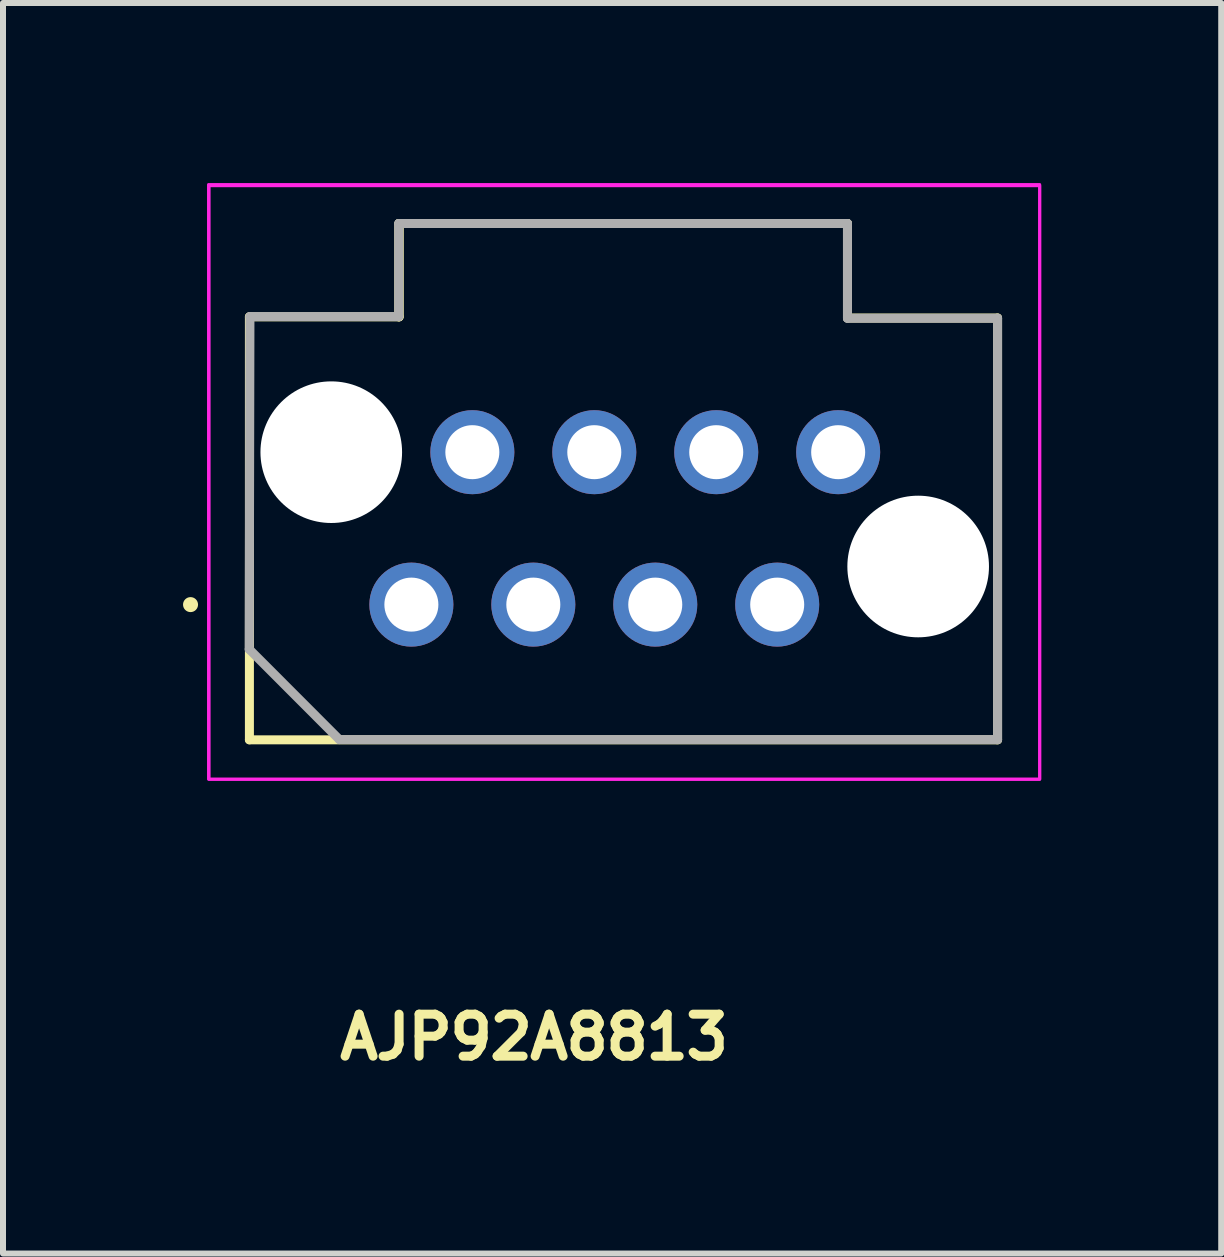
<source format=kicad_pcb>
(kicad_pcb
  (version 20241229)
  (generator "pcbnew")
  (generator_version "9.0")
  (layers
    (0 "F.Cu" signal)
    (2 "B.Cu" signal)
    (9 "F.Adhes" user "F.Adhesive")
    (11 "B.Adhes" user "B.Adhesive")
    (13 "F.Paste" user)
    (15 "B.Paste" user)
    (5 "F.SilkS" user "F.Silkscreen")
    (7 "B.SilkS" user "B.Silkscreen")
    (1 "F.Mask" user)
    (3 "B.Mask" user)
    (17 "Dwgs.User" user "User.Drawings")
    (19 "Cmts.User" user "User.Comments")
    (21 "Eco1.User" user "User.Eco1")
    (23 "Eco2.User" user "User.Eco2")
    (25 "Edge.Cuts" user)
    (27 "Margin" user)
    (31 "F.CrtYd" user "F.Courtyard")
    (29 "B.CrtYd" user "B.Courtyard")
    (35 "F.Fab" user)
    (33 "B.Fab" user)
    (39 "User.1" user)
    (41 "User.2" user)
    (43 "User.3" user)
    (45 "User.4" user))
  (footprint "AJP92A8813"
    (layer "F.Cu")
    (at 3.805 7.025)
    (property "Reference" "AJP92A8813" (at -1.27 7.618 0) (unlocked yes) (layer "F.SilkS") (effects (font (size 0.7 0.7) (thickness 0.15)) (justify left bottom)))
    (attr through_hole)
    (fp_line (start -2.699 -4.795) (end -2.699 2.253) (stroke (width 0.15) (type solid)) (layer "F.SilkS"))
    (fp_line (start -2.699 2.253) (end 9.768 2.253) (stroke (width 0.15) (type solid)) (layer "F.SilkS"))
    (fp_line (start -0.206 -6.351) (end -0.206 -4.795) (stroke (width 0.15) (type solid)) (layer "F.SilkS"))
    (fp_line (start -0.206 -6.351) (end 7.267 -6.351) (stroke (width 0.15) (type solid)) (layer "F.SilkS"))
    (fp_line (start -0.206 -4.795) (end -2.699 -4.795) (stroke (width 0.15) (type solid)) (layer "F.SilkS"))
    (fp_line (start -0.206 -4.795) (end -0.206 -6.351) (stroke (width 0.15) (type solid)) (layer "F.SilkS"))
    (fp_line (start 7.267 -6.351) (end 7.267 -4.776) (stroke (width 0.15) (type solid)) (layer "F.SilkS"))
    (fp_line (start 9.768 -4.776) (end 7.267 -4.776) (stroke (width 0.15) (type solid)) (layer "F.SilkS"))
    (fp_line (start 9.768 2.253) (end 9.768 -4.776) (stroke (width 0.15) (type solid)) (layer "F.SilkS"))
    (fp_circle (center -3.68 0) (end -3.63 0) (stroke (width 0.15) (type solid)) (fill yes) (layer "F.SilkS"))
    (fp_rect (start -3.38 -7) (end 10.47 2.91) (stroke (width 0.05) (type solid)) (fill no) (layer "F.CrtYd"))
    (fp_rect (start -3.371 -6.981) (end 10.47 2.91) (stroke (width 0.05) (type solid)) (fill no) (layer "F.CrtYd"))
    (fp_line (start -2.702 0.744) (end -2.69 -4.8) (stroke (width 0.15) (type solid)) (layer "F.Fab"))
    (fp_line (start -2.69 -4.8) (end -0.21 -4.8) (stroke (width 0.15) (type solid)) (layer "F.Fab"))
    (fp_line (start -1.2 2.249) (end -2.702 0.744) (stroke (width 0.15) (type solid)) (layer "F.Fab"))
    (fp_line (start -0.21 -6.351) (end 7.267 -6.351) (stroke (width 0.15) (type solid)) (layer "F.Fab"))
    (fp_line (start -0.21 -4.8) (end -0.21 -6.351) (stroke (width 0.15) (type solid)) (layer "F.Fab"))
    (fp_line (start 7.267 -6.351) (end 7.267 -4.771) (stroke (width 0.15) (type solid)) (layer "F.Fab"))
    (fp_line (start 7.267 -4.771) (end 9.768 -4.771) (stroke (width 0.15) (type solid)) (layer "F.Fab"))
    (fp_line (start 9.768 -4.771) (end 9.768 2.249) (stroke (width 0.15) (type solid)) (layer "F.Fab"))
    (fp_line (start 9.768 2.249) (end -1.2 2.249) (stroke (width 0.15) (type solid)) (layer "F.Fab"))
    (fp_rect (start -2.871 -6.481) (end 9.97 2.41) (stroke (width 0.1) (type solid)) (fill no) (layer "User.5"))
    (fp_rect (start -2.871 -6.481) (end 9.97 2.41) (stroke (width 0.1) (type solid)) (fill no) (layer "User.5"))
    (fp_line (start -2.871 -6.481) (end 9.97 -6.481) (stroke (width 0.02) (type solid)) (layer "User.9"))
    (fp_line (start -2.851 2.41) (end -2.851 -6.452) (stroke (width 0.02) (type solid)) (layer "User.9"))
    (fp_line (start 9.97 -6.481) (end 9.97 2.41) (stroke (width 0.02) (type solid)) (layer "User.9"))
    (fp_line (start 9.97 2.41) (end -2.84 2.41) (stroke (width 0.02) (type solid)) (layer "User.9"))
    (pad "" np_thru_hole circle (at -1.335 -2.54) (size 2.36 2.36) (drill 2.36) (layers "*.Cu" "*.Mask"))
    (pad "" np_thru_hole circle (at 8.445 -0.635) (size 2.36 2.36) (drill 2.36) (layers "*.Cu" "*.Mask"))
    (pad "1" thru_hole circle (at 0 0 90) (size 1.4 1.4) (drill 0.9) (layers "*.Cu" "*.Mask"))
    (pad "2" thru_hole circle (at 1.016 -2.54) (size 1.4 1.4) (drill 0.9) (layers "*.Cu" "*.Mask"))
    (pad "3" thru_hole circle (at 2.032 0 90) (size 1.4 1.4) (drill 0.9) (layers "*.Cu" "*.Mask"))
    (pad "4" thru_hole circle (at 3.048 -2.54) (size 1.4 1.4) (drill 0.9) (layers "*.Cu" "*.Mask"))
    (pad "5" thru_hole circle (at 4.064 0) (size 1.4 1.4) (drill 0.9) (layers "*.Cu" "*.Mask"))
    (pad "6" thru_hole circle (at 5.08 -2.54) (size 1.4 1.4) (drill 0.9) (layers "*.Cu" "*.Mask"))
    (pad "7" thru_hole circle (at 6.096 0) (size 1.4 1.4) (drill 0.9) (layers "*.Cu" "*.Mask"))
    (pad "8" thru_hole circle (at 7.112 -2.54) (size 1.4 1.4) (drill 0.9) (layers "*.Cu" "*.Mask")))
  (gr_rect
    (start -3 -3)
    (end 17.3 17.838)
    (stroke (width 0.1) (type default))
    (fill no)
    (layer "Edge.Cuts")))
</source>
